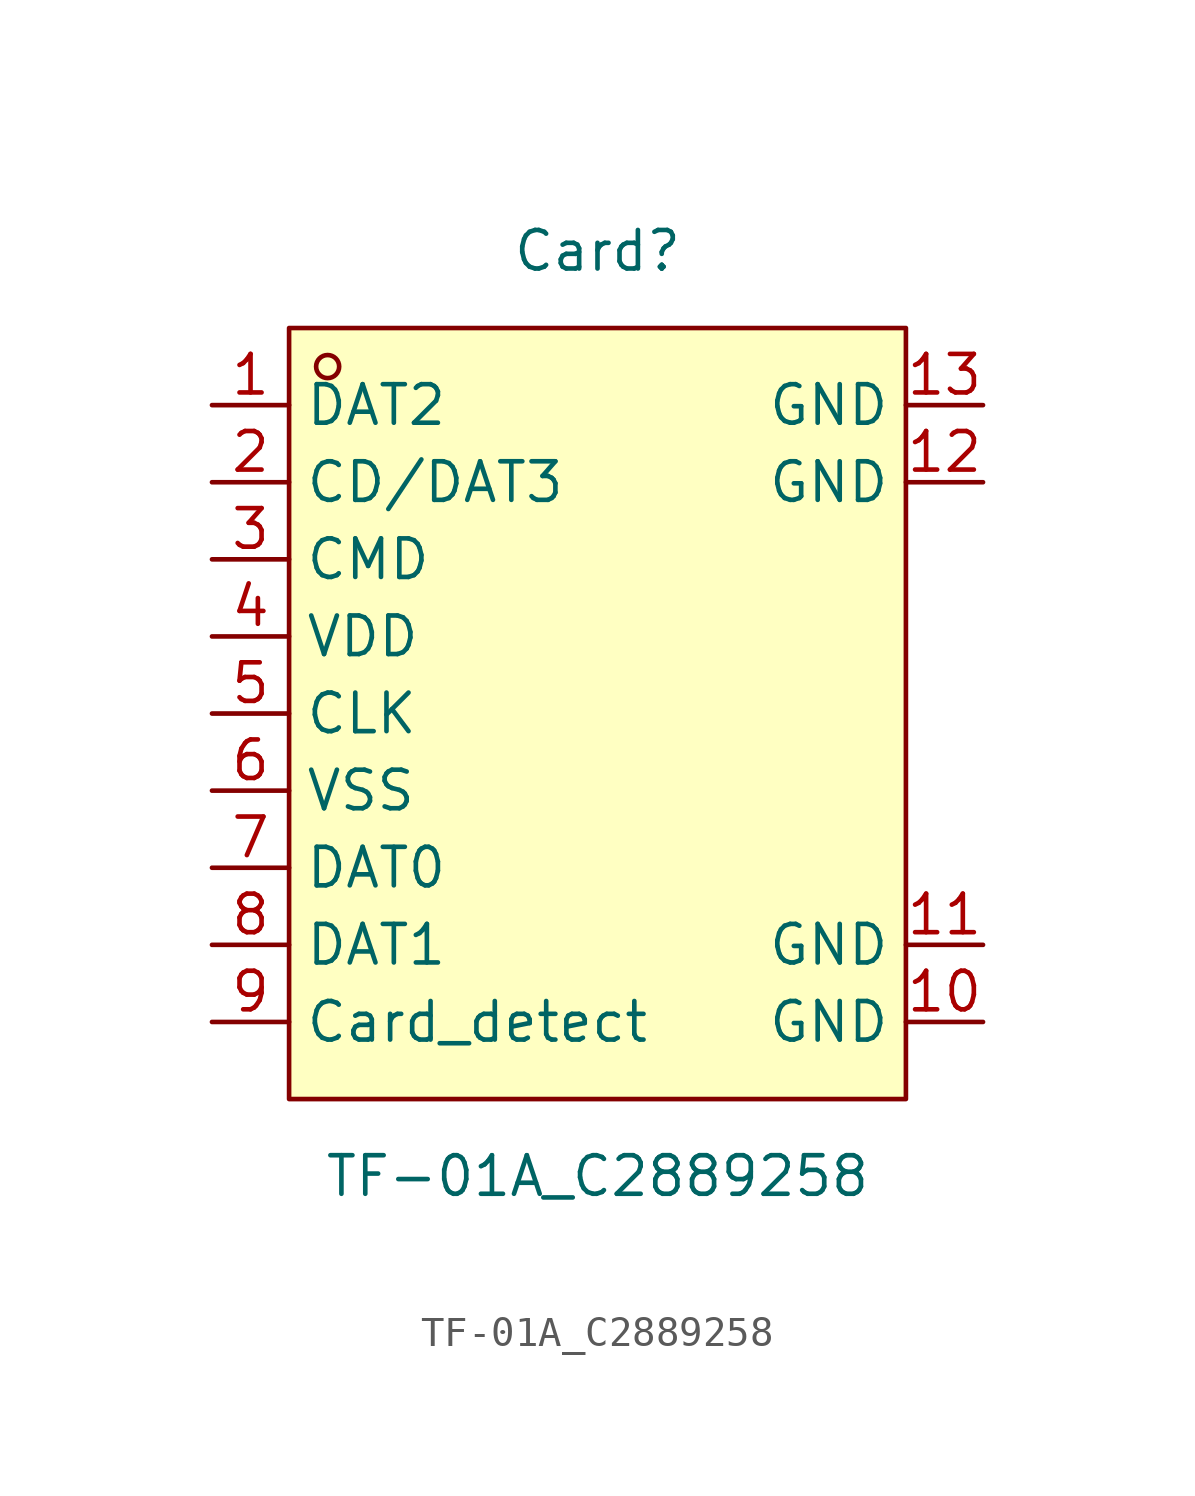
<source format=kicad_sym>
(kicad_symbol_lib
  (version 20241209)
  (generator "kicad_symbol_editor")
  (generator_version "9.0")
  (symbol "TF-01A_C2889258"
    (property "Reference" "Card"
      (at 0 15.24 0)
      (effects (font (size 1.27 1.27))))
    (property "Value" "TF-01A_C2889258"
      (at 0 -15.24 0)
      (effects (font (size 1.27 1.27))))
    (symbol "TF-01A_C2889258_0_1"
      (rectangle (start -10.16 12.7) (end 10.16 -12.7) (stroke (width 0) (type default)) (fill (type background)))
      (circle (center -8.89 11.43) (radius 0.38) (stroke (width 0) (type default)) (fill (type none)))
      (pin unspecified line (at -12.7 10.16 0) (length 2.54) (name "DAT2" (effects (font (size 1.27 1.27)))) (number "1" (effects (font (size 1.27 1.27)))))
      (pin unspecified line (at -12.7 7.62 0) (length 2.54) (name "CD/DAT3" (effects (font (size 1.27 1.27)))) (number "2" (effects (font (size 1.27 1.27)))))
      (pin unspecified line (at -12.7 5.08 0) (length 2.54) (name "CMD" (effects (font (size 1.27 1.27)))) (number "3" (effects (font (size 1.27 1.27)))))
      (pin unspecified line (at -12.7 2.54 0) (length 2.54) (name "VDD" (effects (font (size 1.27 1.27)))) (number "4" (effects (font (size 1.27 1.27)))))
      (pin unspecified line (at -12.7 0 0) (length 2.54) (name "CLK" (effects (font (size 1.27 1.27)))) (number "5" (effects (font (size 1.27 1.27)))))
      (pin unspecified line (at -12.7 -2.54 0) (length 2.54) (name "VSS" (effects (font (size 1.27 1.27)))) (number "6" (effects (font (size 1.27 1.27)))))
      (pin unspecified line (at -12.7 -5.08 0) (length 2.54) (name "DAT0" (effects (font (size 1.27 1.27)))) (number "7" (effects (font (size 1.27 1.27)))))
      (pin unspecified line (at -12.7 -7.62 0) (length 2.54) (name "DAT1" (effects (font (size 1.27 1.27)))) (number "8" (effects (font (size 1.27 1.27)))))
      (pin unspecified line (at 12.7 10.16 180) (length 2.54) (name "GND" (effects (font (size 1.27 1.27)))) (number "13" (effects (font (size 1.27 1.27)))))
      (pin unspecified line (at 12.7 7.62 180) (length 2.54) (name "GND" (effects (font (size 1.27 1.27)))) (number "12" (effects (font (size 1.27 1.27)))))
      (pin unspecified line (at 12.7 -7.62 180) (length 2.54) (name "GND" (effects (font (size 1.27 1.27)))) (number "11" (effects (font (size 1.27 1.27)))))
      (pin unspecified line (at 12.7 -10.16 180) (length 2.54) (name "GND" (effects (font (size 1.27 1.27)))) (number "10" (effects (font (size 1.27 1.27))))))
    (symbol "TF-01A_C2889258_1_1"
      (pin unspecified line (at -12.7 -10.16 0) (length 2.54) (name "Card_detect" (effects (font (size 1.27 1.27)))) (number "9" (effects (font (size 1.27 1.27))))))))
</source>
